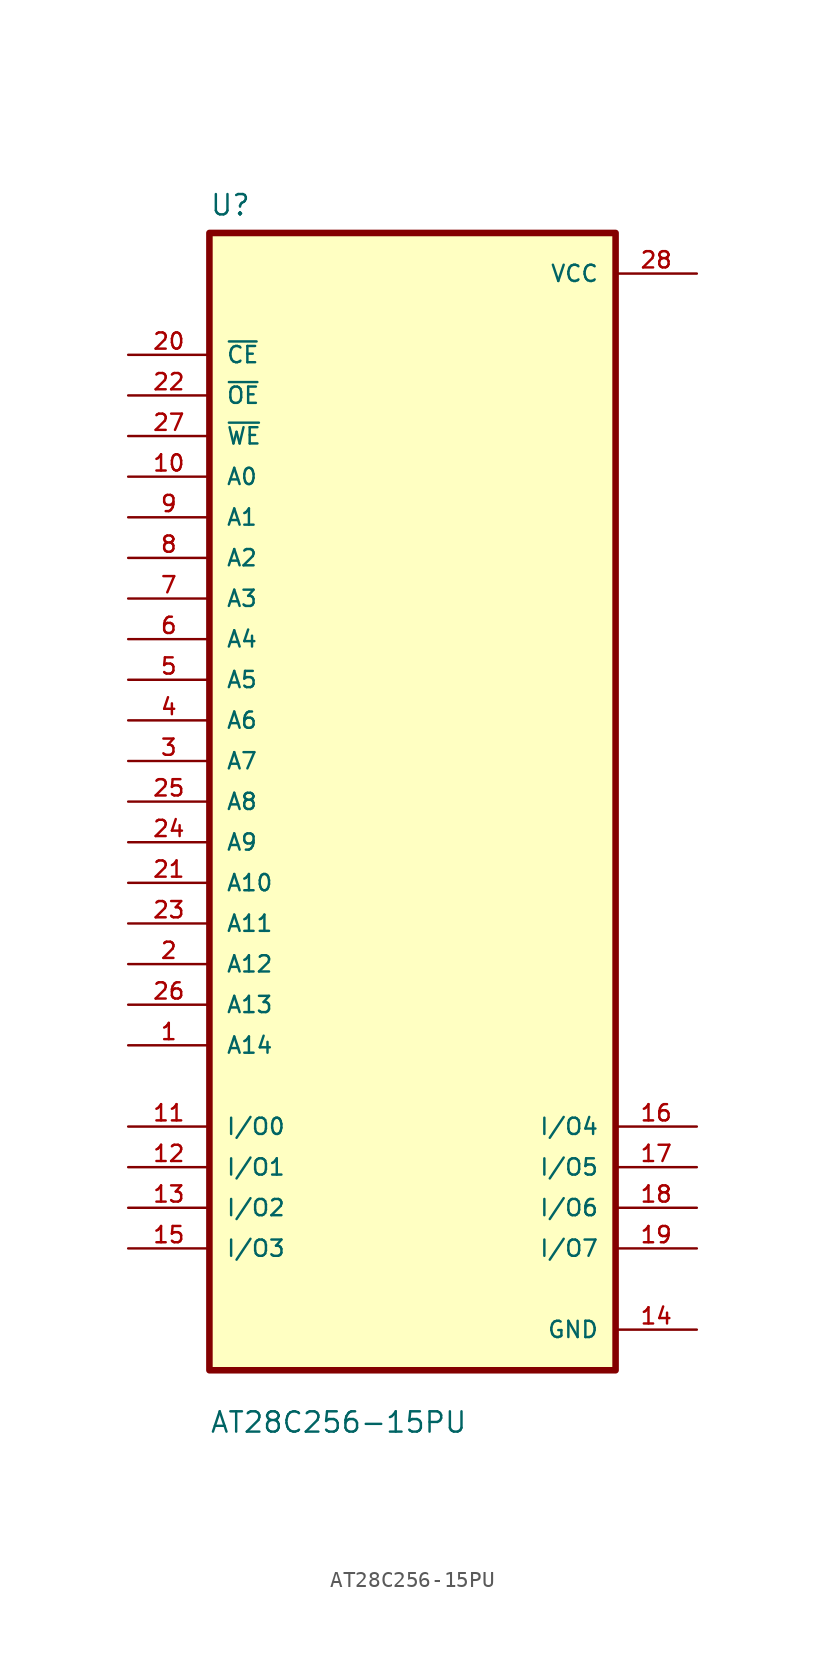
<source format=kicad_sym>
(kicad_symbol_lib
  (version 20211014)
  (generator kicad_symbol_editor)
  (symbol "AT28C256-15PU"
    (pin_names
      (offset 1.016))
    (property "Reference" "U"
      (at -12.7 36.56 0.0)
      (effects (font (size 1.27 1.27)) (justify bottom left)))
    (property "Value" "AT28C256-15PU"
      (at -12.7 -39.56 0.0)
      (effects (font (size 1.27 1.27)) (justify bottom left)))
    (symbol "AT28C256-15PU_0_0"
      (rectangle (start -12.7 -35.56) (end 12.7 35.56) (stroke (width 0.41)) (fill (type background)))
      (pin input line (at -17.78 27.94 0) (length 5.08) (name "~{CE}" (effects (font (size 1.016 1.016)))) (number "20" (effects (font (size 1.016 1.016)))))
      (pin input line (at -17.78 25.4 0) (length 5.08) (name "~{OE}" (effects (font (size 1.016 1.016)))) (number "22" (effects (font (size 1.016 1.016)))))
      (pin input line (at -17.78 22.86 0) (length 5.08) (name "~{WE}" (effects (font (size 1.016 1.016)))) (number "27" (effects (font (size 1.016 1.016)))))
      (pin input line (at -17.78 20.32 0) (length 5.08) (name "A0" (effects (font (size 1.016 1.016)))) (number "10" (effects (font (size 1.016 1.016)))))
      (pin input line (at -17.78 17.78 0) (length 5.08) (name "A1" (effects (font (size 1.016 1.016)))) (number "9" (effects (font (size 1.016 1.016)))))
      (pin input line (at -17.78 15.24 0) (length 5.08) (name "A2" (effects (font (size 1.016 1.016)))) (number "8" (effects (font (size 1.016 1.016)))))
      (pin input line (at -17.78 12.7 0) (length 5.08) (name "A3" (effects (font (size 1.016 1.016)))) (number "7" (effects (font (size 1.016 1.016)))))
      (pin input line (at -17.78 10.16 0) (length 5.08) (name "A4" (effects (font (size 1.016 1.016)))) (number "6" (effects (font (size 1.016 1.016)))))
      (pin input line (at -17.78 7.62 0) (length 5.08) (name "A5" (effects (font (size 1.016 1.016)))) (number "5" (effects (font (size 1.016 1.016)))))
      (pin input line (at -17.78 5.08 0) (length 5.08) (name "A6" (effects (font (size 1.016 1.016)))) (number "4" (effects (font (size 1.016 1.016)))))
      (pin input line (at -17.78 2.54 0) (length 5.08) (name "A7" (effects (font (size 1.016 1.016)))) (number "3" (effects (font (size 1.016 1.016)))))
      (pin input line (at -17.78 1.06581e-14 0) (length 5.08) (name "A8" (effects (font (size 1.016 1.016)))) (number "25" (effects (font (size 1.016 1.016)))))
      (pin input line (at -17.78 -2.54 0) (length 5.08) (name "A9" (effects (font (size 1.016 1.016)))) (number "24" (effects (font (size 1.016 1.016)))))
      (pin input line (at -17.78 -5.08 0) (length 5.08) (name "A10" (effects (font (size 1.016 1.016)))) (number "21" (effects (font (size 1.016 1.016)))))
      (pin input line (at -17.78 -7.62 0) (length 5.08) (name "A11" (effects (font (size 1.016 1.016)))) (number "23" (effects (font (size 1.016 1.016)))))
      (pin input line (at -17.78 -10.16 0) (length 5.08) (name "A12" (effects (font (size 1.016 1.016)))) (number "2" (effects (font (size 1.016 1.016)))))
      (pin input line (at -17.78 -12.7 0) (length 5.08) (name "A13" (effects (font (size 1.016 1.016)))) (number "26" (effects (font (size 1.016 1.016)))))
      (pin input line (at -17.78 -15.24 0) (length 5.08) (name "A14" (effects (font (size 1.016 1.016)))) (number "1" (effects (font (size 1.016 1.016)))))
      (pin bidirectional line (at -17.78 -20.32 0) (length 5.08) (name "I/O0" (effects (font (size 1.016 1.016)))) (number "11" (effects (font (size 1.016 1.016)))))
      (pin bidirectional line (at -17.78 -22.86 0) (length 5.08) (name "I/O1" (effects (font (size 1.016 1.016)))) (number "12" (effects (font (size 1.016 1.016)))))
      (pin bidirectional line (at -17.78 -25.4 0) (length 5.08) (name "I/O2" (effects (font (size 1.016 1.016)))) (number "13" (effects (font (size 1.016 1.016)))))
      (pin bidirectional line (at -17.78 -27.94 0) (length 5.08) (name "I/O3" (effects (font (size 1.016 1.016)))) (number "15" (effects (font (size 1.016 1.016)))))
      (pin power_in line (at 17.78 33.02 180.0) (length 5.08) (name "VCC" (effects (font (size 1.016 1.016)))) (number "28" (effects (font (size 1.016 1.016)))))
      (pin bidirectional line (at 17.78 -20.32 180.0) (length 5.08) (name "I/O4" (effects (font (size 1.016 1.016)))) (number "16" (effects (font (size 1.016 1.016)))))
      (pin bidirectional line (at 17.78 -22.86 180.0) (length 5.08) (name "I/O5" (effects (font (size 1.016 1.016)))) (number "17" (effects (font (size 1.016 1.016)))))
      (pin bidirectional line (at 17.78 -25.4 180.0) (length 5.08) (name "I/O6" (effects (font (size 1.016 1.016)))) (number "18" (effects (font (size 1.016 1.016)))))
      (pin bidirectional line (at 17.78 -27.94 180.0) (length 5.08) (name "I/O7" (effects (font (size 1.016 1.016)))) (number "19" (effects (font (size 1.016 1.016)))))
      (pin power_in line (at 17.78 -33.02 180.0) (length 5.08) (name "GND" (effects (font (size 1.016 1.016)))) (number "14" (effects (font (size 1.016 1.016))))))))
</source>
